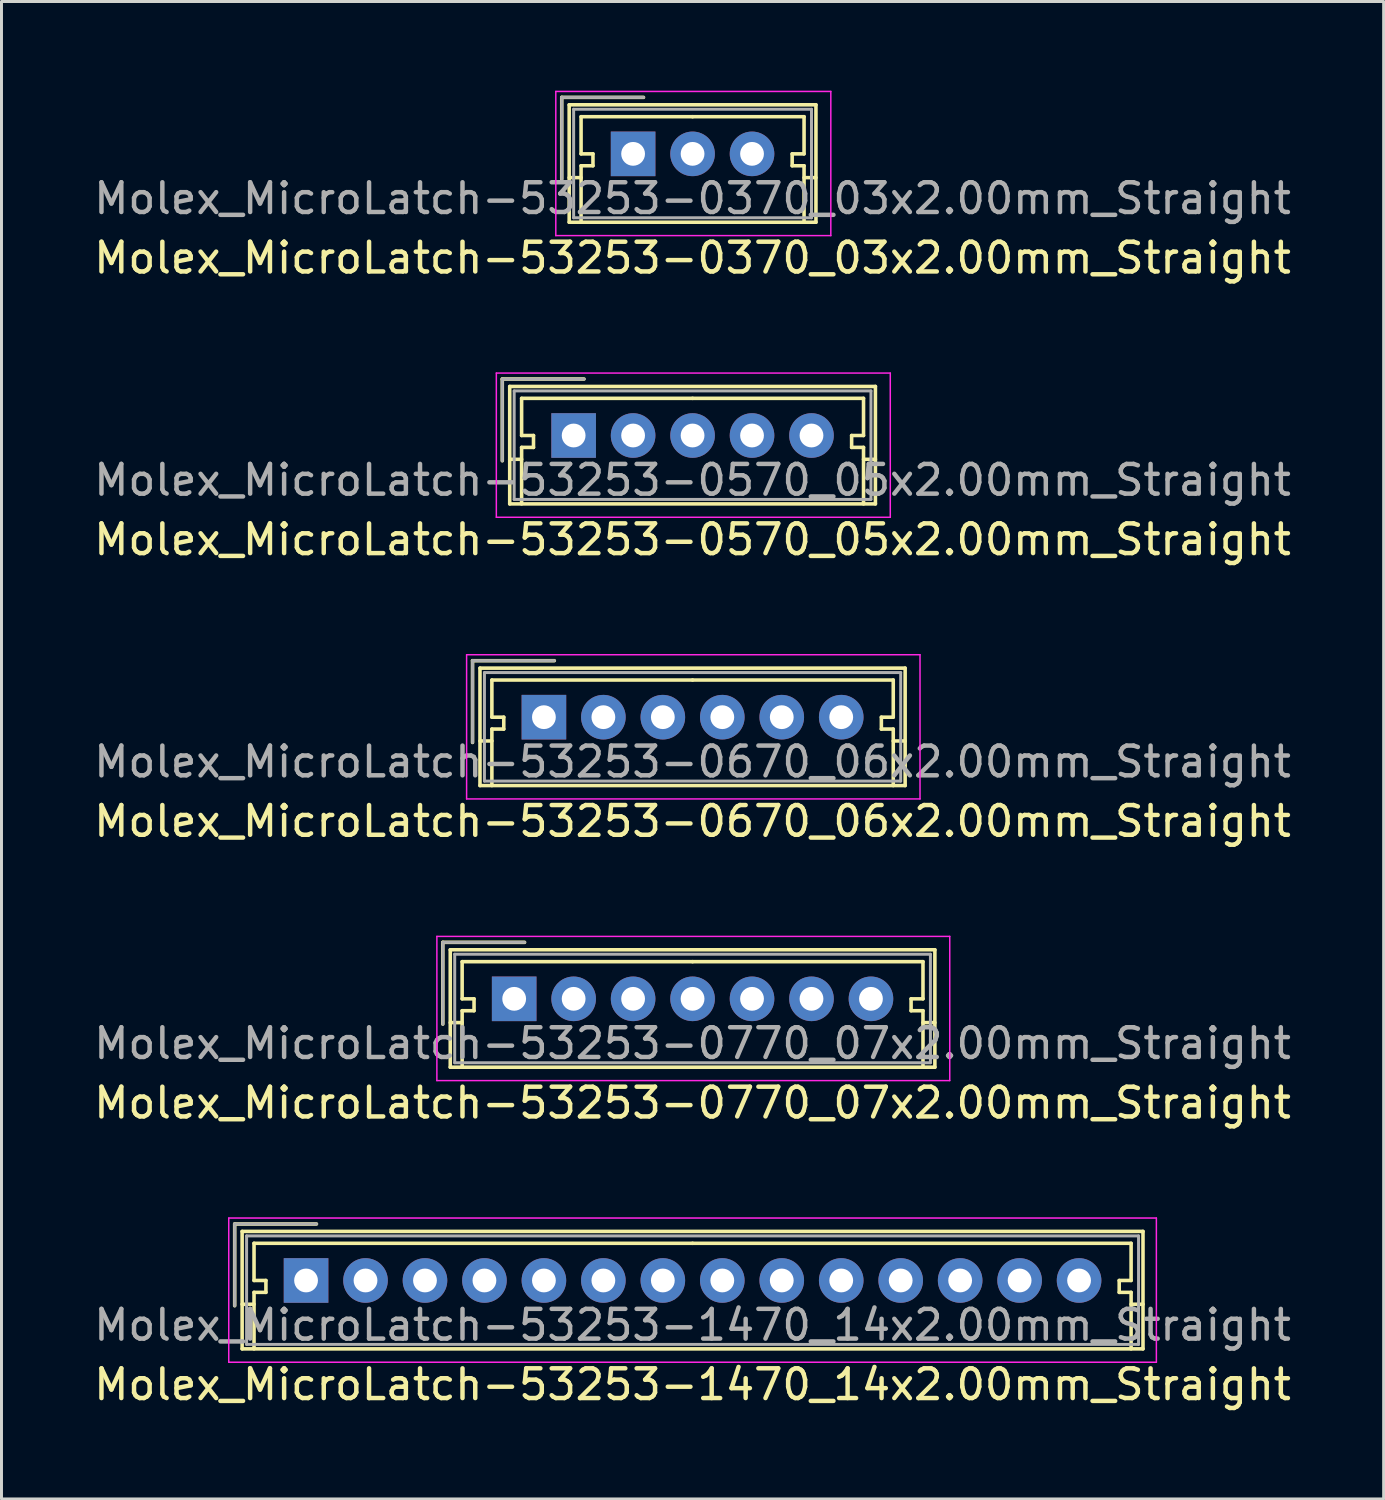
<source format=kicad_pcb>
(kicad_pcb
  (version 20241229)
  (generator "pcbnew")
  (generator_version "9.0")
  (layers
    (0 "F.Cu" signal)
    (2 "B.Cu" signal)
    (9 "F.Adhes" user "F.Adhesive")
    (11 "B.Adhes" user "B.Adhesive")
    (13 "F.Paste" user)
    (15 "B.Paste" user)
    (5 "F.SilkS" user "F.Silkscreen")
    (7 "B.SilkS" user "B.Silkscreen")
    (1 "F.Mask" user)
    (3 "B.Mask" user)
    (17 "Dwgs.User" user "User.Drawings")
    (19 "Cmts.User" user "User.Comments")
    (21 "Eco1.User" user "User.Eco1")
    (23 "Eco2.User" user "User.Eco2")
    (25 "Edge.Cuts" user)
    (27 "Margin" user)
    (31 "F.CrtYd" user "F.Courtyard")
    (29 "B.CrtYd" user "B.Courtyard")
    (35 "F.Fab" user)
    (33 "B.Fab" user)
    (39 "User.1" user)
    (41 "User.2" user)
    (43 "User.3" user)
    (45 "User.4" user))
  (footprint "Molex_MicroLatch-53253-0570_05x2.00mm_Straight"
    (layer "F.Cu")
    (at 16.244 11.598)
    (property "Reference" "Molex_MicroLatch-53253-0570_05x2.00mm_Straight" (at 4 3.5 0) (layer "F.SilkS") (effects (font (size 1 1) (thickness 0.15))))
    (attr through_hole)
    (fp_line (start -2.4 -1.9) (end -2.4 0.85) (stroke (width 0.12) (type solid)) (layer "F.SilkS"))
    (fp_line (start -2.15 -1.65) (end -2.15 2.3) (stroke (width 0.12) (type solid)) (layer "F.SilkS"))
    (fp_line (start -2.15 0.8) (end -1.75 0.8) (stroke (width 0.12) (type solid)) (layer "F.SilkS"))
    (fp_line (start -2.15 2.3) (end 10.15 2.3) (stroke (width 0.12) (type solid)) (layer "F.SilkS"))
    (fp_line (start -1.75 -1.25) (end -1.75 0) (stroke (width 0.12) (type solid)) (layer "F.SilkS"))
    (fp_line (start -1.75 0) (end -1.35 0) (stroke (width 0.12) (type solid)) (layer "F.SilkS"))
    (fp_line (start -1.75 0.4) (end -1.75 2.3) (stroke (width 0.12) (type solid)) (layer "F.SilkS"))
    (fp_line (start -1.35 0) (end -1.35 0.4) (stroke (width 0.12) (type solid)) (layer "F.SilkS"))
    (fp_line (start -1.35 0.4) (end -1.75 0.4) (stroke (width 0.12) (type solid)) (layer "F.SilkS"))
    (fp_line (start 0.35 -1.9) (end -2.4 -1.9) (stroke (width 0.12) (type solid)) (layer "F.SilkS"))
    (fp_line (start 4 -1.25) (end -1.75 -1.25) (stroke (width 0.12) (type solid)) (layer "F.SilkS"))
    (fp_line (start 4 -1.25) (end 9.75 -1.25) (stroke (width 0.12) (type solid)) (layer "F.SilkS"))
    (fp_line (start 9.35 0) (end 9.35 0.4) (stroke (width 0.12) (type solid)) (layer "F.SilkS"))
    (fp_line (start 9.35 0.4) (end 9.75 0.4) (stroke (width 0.12) (type solid)) (layer "F.SilkS"))
    (fp_line (start 9.75 -1.25) (end 9.75 0) (stroke (width 0.12) (type solid)) (layer "F.SilkS"))
    (fp_line (start 9.75 0) (end 9.35 0) (stroke (width 0.12) (type solid)) (layer "F.SilkS"))
    (fp_line (start 9.75 0.4) (end 9.75 2.3) (stroke (width 0.12) (type solid)) (layer "F.SilkS"))
    (fp_line (start 10.15 -1.65) (end -2.15 -1.65) (stroke (width 0.12) (type solid)) (layer "F.SilkS"))
    (fp_line (start 10.15 0.8) (end 9.75 0.8) (stroke (width 0.12) (type solid)) (layer "F.SilkS"))
    (fp_line (start 10.15 2.3) (end 10.15 -1.65) (stroke (width 0.12) (type solid)) (layer "F.SilkS"))
    (fp_line (start -2.6 -2.1) (end -2.6 2.75) (stroke (width 0.05) (type solid)) (layer "F.CrtYd"))
    (fp_line (start -2.6 2.75) (end 10.65 2.75) (stroke (width 0.05) (type solid)) (layer "F.CrtYd"))
    (fp_line (start 10.65 -2.1) (end -2.6 -2.1) (stroke (width 0.05) (type solid)) (layer "F.CrtYd"))
    (fp_line (start 10.65 2.75) (end 10.65 -2.1) (stroke (width 0.05) (type solid)) (layer "F.CrtYd"))
    (fp_line (start -2.4 -1.9) (end -2.4 0.85) (stroke (width 0.1) (type solid)) (layer "F.Fab"))
    (fp_line (start -2 -1.5) (end -2 2.15) (stroke (width 0.1) (type solid)) (layer "F.Fab"))
    (fp_line (start -2 2.15) (end 10 2.15) (stroke (width 0.1) (type solid)) (layer "F.Fab"))
    (fp_line (start 0.35 -1.9) (end -2.4 -1.9) (stroke (width 0.1) (type solid)) (layer "F.Fab"))
    (fp_line (start 10 -1.5) (end -2 -1.5) (stroke (width 0.1) (type solid)) (layer "F.Fab"))
    (fp_line (start 10 2.15) (end 10 -1.5) (stroke (width 0.1) (type solid)) (layer "F.Fab"))
    (fp_text user "${REFERENCE}" (at 4 1.5 0) (layer "F.Fab") (effects (font (size 1 1) (thickness 0.15))))
    (pad "1" thru_hole rect (at 0 0) (size 1.5 1.5) (drill 0.8) (layers "*.Cu" "*.Mask"))
    (pad "2" thru_hole circle (at 2 0) (size 1.5 1.5) (drill 0.8) (layers "*.Cu" "*.Mask"))
    (pad "3" thru_hole circle (at 4 0) (size 1.5 1.5) (drill 0.8) (layers "*.Cu" "*.Mask"))
    (pad "4" thru_hole circle (at 6 0) (size 1.5 1.5) (drill 0.8) (layers "*.Cu" "*.Mask"))
    (pad "5" thru_hole circle (at 8 0) (size 1.5 1.5) (drill 0.8) (layers "*.Cu" "*.Mask")))
  (footprint "Molex_MicroLatch-53253-0770_07x2.00mm_Straight"
    (layer "F.Cu")
    (at 14.244 30.545)
    (property "Reference" "Molex_MicroLatch-53253-0770_07x2.00mm_Straight" (at 6 3.5 0) (layer "F.SilkS") (effects (font (size 1 1) (thickness 0.15))))
    (attr through_hole)
    (fp_line (start -2.4 -1.9) (end -2.4 0.85) (stroke (width 0.12) (type solid)) (layer "F.SilkS"))
    (fp_line (start -2.15 -1.65) (end -2.15 2.3) (stroke (width 0.12) (type solid)) (layer "F.SilkS"))
    (fp_line (start -2.15 0.8) (end -1.75 0.8) (stroke (width 0.12) (type solid)) (layer "F.SilkS"))
    (fp_line (start -2.15 2.3) (end 14.15 2.3) (stroke (width 0.12) (type solid)) (layer "F.SilkS"))
    (fp_line (start -1.75 -1.25) (end -1.75 0) (stroke (width 0.12) (type solid)) (layer "F.SilkS"))
    (fp_line (start -1.75 0) (end -1.35 0) (stroke (width 0.12) (type solid)) (layer "F.SilkS"))
    (fp_line (start -1.75 0.4) (end -1.75 2.3) (stroke (width 0.12) (type solid)) (layer "F.SilkS"))
    (fp_line (start -1.35 0) (end -1.35 0.4) (stroke (width 0.12) (type solid)) (layer "F.SilkS"))
    (fp_line (start -1.35 0.4) (end -1.75 0.4) (stroke (width 0.12) (type solid)) (layer "F.SilkS"))
    (fp_line (start 0.35 -1.9) (end -2.4 -1.9) (stroke (width 0.12) (type solid)) (layer "F.SilkS"))
    (fp_line (start 6 -1.25) (end -1.75 -1.25) (stroke (width 0.12) (type solid)) (layer "F.SilkS"))
    (fp_line (start 6 -1.25) (end 13.75 -1.25) (stroke (width 0.12) (type solid)) (layer "F.SilkS"))
    (fp_line (start 13.35 0) (end 13.35 0.4) (stroke (width 0.12) (type solid)) (layer "F.SilkS"))
    (fp_line (start 13.35 0.4) (end 13.75 0.4) (stroke (width 0.12) (type solid)) (layer "F.SilkS"))
    (fp_line (start 13.75 -1.25) (end 13.75 0) (stroke (width 0.12) (type solid)) (layer "F.SilkS"))
    (fp_line (start 13.75 0) (end 13.35 0) (stroke (width 0.12) (type solid)) (layer "F.SilkS"))
    (fp_line (start 13.75 0.4) (end 13.75 2.3) (stroke (width 0.12) (type solid)) (layer "F.SilkS"))
    (fp_line (start 14.15 -1.65) (end -2.15 -1.65) (stroke (width 0.12) (type solid)) (layer "F.SilkS"))
    (fp_line (start 14.15 0.8) (end 13.75 0.8) (stroke (width 0.12) (type solid)) (layer "F.SilkS"))
    (fp_line (start 14.15 2.3) (end 14.15 -1.65) (stroke (width 0.12) (type solid)) (layer "F.SilkS"))
    (fp_line (start -2.6 -2.1) (end -2.6 2.75) (stroke (width 0.05) (type solid)) (layer "F.CrtYd"))
    (fp_line (start -2.6 2.75) (end 14.65 2.75) (stroke (width 0.05) (type solid)) (layer "F.CrtYd"))
    (fp_line (start 14.65 -2.1) (end -2.6 -2.1) (stroke (width 0.05) (type solid)) (layer "F.CrtYd"))
    (fp_line (start 14.65 2.75) (end 14.65 -2.1) (stroke (width 0.05) (type solid)) (layer "F.CrtYd"))
    (fp_line (start -2.4 -1.9) (end -2.4 0.85) (stroke (width 0.1) (type solid)) (layer "F.Fab"))
    (fp_line (start -2 -1.5) (end -2 2.15) (stroke (width 0.1) (type solid)) (layer "F.Fab"))
    (fp_line (start -2 2.15) (end 14 2.15) (stroke (width 0.1) (type solid)) (layer "F.Fab"))
    (fp_line (start 0.35 -1.9) (end -2.4 -1.9) (stroke (width 0.1) (type solid)) (layer "F.Fab"))
    (fp_line (start 14 -1.5) (end -2 -1.5) (stroke (width 0.1) (type solid)) (layer "F.Fab"))
    (fp_line (start 14 2.15) (end 14 -1.5) (stroke (width 0.1) (type solid)) (layer "F.Fab"))
    (fp_text user "${REFERENCE}" (at 6 1.5 0) (layer "F.Fab") (effects (font (size 1 1) (thickness 0.15))))
    (pad "1" thru_hole rect (at 0 0) (size 1.5 1.5) (drill 0.8) (layers "*.Cu" "*.Mask"))
    (pad "2" thru_hole circle (at 2 0) (size 1.5 1.5) (drill 0.8) (layers "*.Cu" "*.Mask"))
    (pad "3" thru_hole circle (at 4 0) (size 1.5 1.5) (drill 0.8) (layers "*.Cu" "*.Mask"))
    (pad "4" thru_hole circle (at 6 0) (size 1.5 1.5) (drill 0.8) (layers "*.Cu" "*.Mask"))
    (pad "5" thru_hole circle (at 8 0) (size 1.5 1.5) (drill 0.8) (layers "*.Cu" "*.Mask"))
    (pad "6" thru_hole circle (at 10 0) (size 1.5 1.5) (drill 0.8) (layers "*.Cu" "*.Mask"))
    (pad "7" thru_hole circle (at 12 0) (size 1.5 1.5) (drill 0.8) (layers "*.Cu" "*.Mask")))
  (footprint "Molex_MicroLatch-53253-0670_06x2.00mm_Straight"
    (layer "F.Cu")
    (at 15.244 21.072)
    (property "Reference" "Molex_MicroLatch-53253-0670_06x2.00mm_Straight" (at 5 3.5 0) (layer "F.SilkS") (effects (font (size 1 1) (thickness 0.15))))
    (attr through_hole)
    (fp_line (start -2.4 -1.9) (end -2.4 0.85) (stroke (width 0.12) (type solid)) (layer "F.SilkS"))
    (fp_line (start -2.15 -1.65) (end -2.15 2.3) (stroke (width 0.12) (type solid)) (layer "F.SilkS"))
    (fp_line (start -2.15 0.8) (end -1.75 0.8) (stroke (width 0.12) (type solid)) (layer "F.SilkS"))
    (fp_line (start -2.15 2.3) (end 12.15 2.3) (stroke (width 0.12) (type solid)) (layer "F.SilkS"))
    (fp_line (start -1.75 -1.25) (end -1.75 0) (stroke (width 0.12) (type solid)) (layer "F.SilkS"))
    (fp_line (start -1.75 0) (end -1.35 0) (stroke (width 0.12) (type solid)) (layer "F.SilkS"))
    (fp_line (start -1.75 0.4) (end -1.75 2.3) (stroke (width 0.12) (type solid)) (layer "F.SilkS"))
    (fp_line (start -1.35 0) (end -1.35 0.4) (stroke (width 0.12) (type solid)) (layer "F.SilkS"))
    (fp_line (start -1.35 0.4) (end -1.75 0.4) (stroke (width 0.12) (type solid)) (layer "F.SilkS"))
    (fp_line (start 0.35 -1.9) (end -2.4 -1.9) (stroke (width 0.12) (type solid)) (layer "F.SilkS"))
    (fp_line (start 5 -1.25) (end -1.75 -1.25) (stroke (width 0.12) (type solid)) (layer "F.SilkS"))
    (fp_line (start 5 -1.25) (end 11.75 -1.25) (stroke (width 0.12) (type solid)) (layer "F.SilkS"))
    (fp_line (start 11.35 0) (end 11.35 0.4) (stroke (width 0.12) (type solid)) (layer "F.SilkS"))
    (fp_line (start 11.35 0.4) (end 11.75 0.4) (stroke (width 0.12) (type solid)) (layer "F.SilkS"))
    (fp_line (start 11.75 -1.25) (end 11.75 0) (stroke (width 0.12) (type solid)) (layer "F.SilkS"))
    (fp_line (start 11.75 0) (end 11.35 0) (stroke (width 0.12) (type solid)) (layer "F.SilkS"))
    (fp_line (start 11.75 0.4) (end 11.75 2.3) (stroke (width 0.12) (type solid)) (layer "F.SilkS"))
    (fp_line (start 12.15 -1.65) (end -2.15 -1.65) (stroke (width 0.12) (type solid)) (layer "F.SilkS"))
    (fp_line (start 12.15 0.8) (end 11.75 0.8) (stroke (width 0.12) (type solid)) (layer "F.SilkS"))
    (fp_line (start 12.15 2.3) (end 12.15 -1.65) (stroke (width 0.12) (type solid)) (layer "F.SilkS"))
    (fp_line (start -2.6 -2.1) (end -2.6 2.75) (stroke (width 0.05) (type solid)) (layer "F.CrtYd"))
    (fp_line (start -2.6 2.75) (end 12.65 2.75) (stroke (width 0.05) (type solid)) (layer "F.CrtYd"))
    (fp_line (start 12.65 -2.1) (end -2.6 -2.1) (stroke (width 0.05) (type solid)) (layer "F.CrtYd"))
    (fp_line (start 12.65 2.75) (end 12.65 -2.1) (stroke (width 0.05) (type solid)) (layer "F.CrtYd"))
    (fp_line (start -2.4 -1.9) (end -2.4 0.85) (stroke (width 0.1) (type solid)) (layer "F.Fab"))
    (fp_line (start -2 -1.5) (end -2 2.15) (stroke (width 0.1) (type solid)) (layer "F.Fab"))
    (fp_line (start -2 2.15) (end 12 2.15) (stroke (width 0.1) (type solid)) (layer "F.Fab"))
    (fp_line (start 0.35 -1.9) (end -2.4 -1.9) (stroke (width 0.1) (type solid)) (layer "F.Fab"))
    (fp_line (start 12 -1.5) (end -2 -1.5) (stroke (width 0.1) (type solid)) (layer "F.Fab"))
    (fp_line (start 12 2.15) (end 12 -1.5) (stroke (width 0.1) (type solid)) (layer "F.Fab"))
    (fp_text user "${REFERENCE}" (at 5 1.5 0) (layer "F.Fab") (effects (font (size 1 1) (thickness 0.15))))
    (pad "1" thru_hole rect (at 0 0) (size 1.5 1.5) (drill 0.8) (layers "*.Cu" "*.Mask"))
    (pad "2" thru_hole circle (at 2 0) (size 1.5 1.5) (drill 0.8) (layers "*.Cu" "*.Mask"))
    (pad "3" thru_hole circle (at 4 0) (size 1.5 1.5) (drill 0.8) (layers "*.Cu" "*.Mask"))
    (pad "4" thru_hole circle (at 6 0) (size 1.5 1.5) (drill 0.8) (layers "*.Cu" "*.Mask"))
    (pad "5" thru_hole circle (at 8 0) (size 1.5 1.5) (drill 0.8) (layers "*.Cu" "*.Mask"))
    (pad "6" thru_hole circle (at 10 0) (size 1.5 1.5) (drill 0.8) (layers "*.Cu" "*.Mask")))
  (footprint "Molex_MicroLatch-53253-0370_03x2.00mm_Straight"
    (layer "F.Cu")
    (at 18.244 2.125)
    (property "Reference" "Molex_MicroLatch-53253-0370_03x2.00mm_Straight" (at 2 3.5 0) (layer "F.SilkS") (effects (font (size 1 1) (thickness 0.15))))
    (attr through_hole)
    (fp_line (start -2.4 -1.9) (end -2.4 0.85) (stroke (width 0.12) (type solid)) (layer "F.SilkS"))
    (fp_line (start -2.15 -1.65) (end -2.15 2.3) (stroke (width 0.12) (type solid)) (layer "F.SilkS"))
    (fp_line (start -2.15 0.8) (end -1.75 0.8) (stroke (width 0.12) (type solid)) (layer "F.SilkS"))
    (fp_line (start -2.15 2.3) (end 6.15 2.3) (stroke (width 0.12) (type solid)) (layer "F.SilkS"))
    (fp_line (start -1.75 -1.25) (end -1.75 0) (stroke (width 0.12) (type solid)) (layer "F.SilkS"))
    (fp_line (start -1.75 0) (end -1.35 0) (stroke (width 0.12) (type solid)) (layer "F.SilkS"))
    (fp_line (start -1.75 0.4) (end -1.75 2.3) (stroke (width 0.12) (type solid)) (layer "F.SilkS"))
    (fp_line (start -1.35 0) (end -1.35 0.4) (stroke (width 0.12) (type solid)) (layer "F.SilkS"))
    (fp_line (start -1.35 0.4) (end -1.75 0.4) (stroke (width 0.12) (type solid)) (layer "F.SilkS"))
    (fp_line (start 0.35 -1.9) (end -2.4 -1.9) (stroke (width 0.12) (type solid)) (layer "F.SilkS"))
    (fp_line (start 2 -1.25) (end -1.75 -1.25) (stroke (width 0.12) (type solid)) (layer "F.SilkS"))
    (fp_line (start 2 -1.25) (end 5.75 -1.25) (stroke (width 0.12) (type solid)) (layer "F.SilkS"))
    (fp_line (start 5.35 0) (end 5.35 0.4) (stroke (width 0.12) (type solid)) (layer "F.SilkS"))
    (fp_line (start 5.35 0.4) (end 5.75 0.4) (stroke (width 0.12) (type solid)) (layer "F.SilkS"))
    (fp_line (start 5.75 -1.25) (end 5.75 0) (stroke (width 0.12) (type solid)) (layer "F.SilkS"))
    (fp_line (start 5.75 0) (end 5.35 0) (stroke (width 0.12) (type solid)) (layer "F.SilkS"))
    (fp_line (start 5.75 0.4) (end 5.75 2.3) (stroke (width 0.12) (type solid)) (layer "F.SilkS"))
    (fp_line (start 6.15 -1.65) (end -2.15 -1.65) (stroke (width 0.12) (type solid)) (layer "F.SilkS"))
    (fp_line (start 6.15 0.8) (end 5.75 0.8) (stroke (width 0.12) (type solid)) (layer "F.SilkS"))
    (fp_line (start 6.15 2.3) (end 6.15 -1.65) (stroke (width 0.12) (type solid)) (layer "F.SilkS"))
    (fp_line (start -2.6 -2.1) (end -2.6 2.75) (stroke (width 0.05) (type solid)) (layer "F.CrtYd"))
    (fp_line (start -2.6 2.75) (end 6.65 2.75) (stroke (width 0.05) (type solid)) (layer "F.CrtYd"))
    (fp_line (start 6.65 -2.1) (end -2.6 -2.1) (stroke (width 0.05) (type solid)) (layer "F.CrtYd"))
    (fp_line (start 6.65 2.75) (end 6.65 -2.1) (stroke (width 0.05) (type solid)) (layer "F.CrtYd"))
    (fp_line (start -2.4 -1.9) (end -2.4 0.85) (stroke (width 0.1) (type solid)) (layer "F.Fab"))
    (fp_line (start -2 -1.5) (end -2 2.15) (stroke (width 0.1) (type solid)) (layer "F.Fab"))
    (fp_line (start -2 2.15) (end 6 2.15) (stroke (width 0.1) (type solid)) (layer "F.Fab"))
    (fp_line (start 0.35 -1.9) (end -2.4 -1.9) (stroke (width 0.1) (type solid)) (layer "F.Fab"))
    (fp_line (start 6 -1.5) (end -2 -1.5) (stroke (width 0.1) (type solid)) (layer "F.Fab"))
    (fp_line (start 6 2.15) (end 6 -1.5) (stroke (width 0.1) (type solid)) (layer "F.Fab"))
    (fp_text user "${REFERENCE}" (at 2 1.5 0) (layer "F.Fab") (effects (font (size 1 1) (thickness 0.15))))
    (pad "1" thru_hole rect (at 0 0) (size 1.5 1.5) (drill 0.8) (layers "*.Cu" "*.Mask"))
    (pad "2" thru_hole circle (at 2 0) (size 1.5 1.5) (drill 0.8) (layers "*.Cu" "*.Mask"))
    (pad "3" thru_hole circle (at 4 0) (size 1.5 1.5) (drill 0.8) (layers "*.Cu" "*.Mask")))
  (footprint "Molex_MicroLatch-53253-1470_14x2.00mm_Straight"
    (layer "F.Cu")
    (at 7.244 40.018)
    (property "Reference" "Molex_MicroLatch-53253-1470_14x2.00mm_Straight" (at 13 3.5 0) (layer "F.SilkS") (effects (font (size 1 1) (thickness 0.15))))
    (attr through_hole)
    (fp_line (start -2.4 -1.9) (end -2.4 0.85) (stroke (width 0.12) (type solid)) (layer "F.SilkS"))
    (fp_line (start -2.15 -1.65) (end -2.15 2.3) (stroke (width 0.12) (type solid)) (layer "F.SilkS"))
    (fp_line (start -2.15 0.8) (end -1.75 0.8) (stroke (width 0.12) (type solid)) (layer "F.SilkS"))
    (fp_line (start -2.15 2.3) (end 28.15 2.3) (stroke (width 0.12) (type solid)) (layer "F.SilkS"))
    (fp_line (start -1.75 -1.25) (end -1.75 0) (stroke (width 0.12) (type solid)) (layer "F.SilkS"))
    (fp_line (start -1.75 0) (end -1.35 0) (stroke (width 0.12) (type solid)) (layer "F.SilkS"))
    (fp_line (start -1.75 0.4) (end -1.75 2.3) (stroke (width 0.12) (type solid)) (layer "F.SilkS"))
    (fp_line (start -1.35 0) (end -1.35 0.4) (stroke (width 0.12) (type solid)) (layer "F.SilkS"))
    (fp_line (start -1.35 0.4) (end -1.75 0.4) (stroke (width 0.12) (type solid)) (layer "F.SilkS"))
    (fp_line (start 0.35 -1.9) (end -2.4 -1.9) (stroke (width 0.12) (type solid)) (layer "F.SilkS"))
    (fp_line (start 13 -1.25) (end -1.75 -1.25) (stroke (width 0.12) (type solid)) (layer "F.SilkS"))
    (fp_line (start 13 -1.25) (end 27.75 -1.25) (stroke (width 0.12) (type solid)) (layer "F.SilkS"))
    (fp_line (start 27.35 0) (end 27.35 0.4) (stroke (width 0.12) (type solid)) (layer "F.SilkS"))
    (fp_line (start 27.35 0.4) (end 27.75 0.4) (stroke (width 0.12) (type solid)) (layer "F.SilkS"))
    (fp_line (start 27.75 -1.25) (end 27.75 0) (stroke (width 0.12) (type solid)) (layer "F.SilkS"))
    (fp_line (start 27.75 0) (end 27.35 0) (stroke (width 0.12) (type solid)) (layer "F.SilkS"))
    (fp_line (start 27.75 0.4) (end 27.75 2.3) (stroke (width 0.12) (type solid)) (layer "F.SilkS"))
    (fp_line (start 28.15 -1.65) (end -2.15 -1.65) (stroke (width 0.12) (type solid)) (layer "F.SilkS"))
    (fp_line (start 28.15 0.8) (end 27.75 0.8) (stroke (width 0.12) (type solid)) (layer "F.SilkS"))
    (fp_line (start 28.15 2.3) (end 28.15 -1.65) (stroke (width 0.12) (type solid)) (layer "F.SilkS"))
    (fp_line (start -2.6 -2.1) (end -2.6 2.75) (stroke (width 0.05) (type solid)) (layer "F.CrtYd"))
    (fp_line (start -2.6 2.75) (end 28.6 2.75) (stroke (width 0.05) (type solid)) (layer "F.CrtYd"))
    (fp_line (start 28.6 -2.1) (end -2.6 -2.1) (stroke (width 0.05) (type solid)) (layer "F.CrtYd"))
    (fp_line (start 28.6 2.75) (end 28.6 -2.1) (stroke (width 0.05) (type solid)) (layer "F.CrtYd"))
    (fp_line (start -2.4 -1.9) (end -2.4 0.85) (stroke (width 0.1) (type solid)) (layer "F.Fab"))
    (fp_line (start -2 -1.5) (end -2 2.15) (stroke (width 0.1) (type solid)) (layer "F.Fab"))
    (fp_line (start -2 2.15) (end 28 2.15) (stroke (width 0.1) (type solid)) (layer "F.Fab"))
    (fp_line (start 0.35 -1.9) (end -2.4 -1.9) (stroke (width 0.1) (type solid)) (layer "F.Fab"))
    (fp_line (start 28 -1.5) (end -2 -1.5) (stroke (width 0.1) (type solid)) (layer "F.Fab"))
    (fp_line (start 28 2.15) (end 28 -1.5) (stroke (width 0.1) (type solid)) (layer "F.Fab"))
    (fp_text user "${REFERENCE}" (at 13 1.5 0) (layer "F.Fab") (effects (font (size 1 1) (thickness 0.15))))
    (pad "1" thru_hole rect (at 0 0) (size 1.5 1.5) (drill 0.8) (layers "*.Cu" "*.Mask"))
    (pad "2" thru_hole circle (at 2 0) (size 1.5 1.5) (drill 0.8) (layers "*.Cu" "*.Mask"))
    (pad "3" thru_hole circle (at 4 0) (size 1.5 1.5) (drill 0.8) (layers "*.Cu" "*.Mask"))
    (pad "4" thru_hole circle (at 6 0) (size 1.5 1.5) (drill 0.8) (layers "*.Cu" "*.Mask"))
    (pad "5" thru_hole circle (at 8 0) (size 1.5 1.5) (drill 0.8) (layers "*.Cu" "*.Mask"))
    (pad "6" thru_hole circle (at 10 0) (size 1.5 1.5) (drill 0.8) (layers "*.Cu" "*.Mask"))
    (pad "7" thru_hole circle (at 12 0) (size 1.5 1.5) (drill 0.8) (layers "*.Cu" "*.Mask"))
    (pad "8" thru_hole circle (at 14 0) (size 1.5 1.5) (drill 0.8) (layers "*.Cu" "*.Mask"))
    (pad "9" thru_hole circle (at 16 0) (size 1.5 1.5) (drill 0.8) (layers "*.Cu" "*.Mask"))
    (pad "10" thru_hole circle (at 18 0) (size 1.5 1.5) (drill 0.8) (layers "*.Cu" "*.Mask"))
    (pad "11" thru_hole circle (at 20 0) (size 1.5 1.5) (drill 0.8) (layers "*.Cu" "*.Mask"))
    (pad "12" thru_hole circle (at 22 0) (size 1.5 1.5) (drill 0.8) (layers "*.Cu" "*.Mask"))
    (pad "13" thru_hole circle (at 24 0) (size 1.5 1.5) (drill 0.8) (layers "*.Cu" "*.Mask"))
    (pad "14" thru_hole circle (at 26 0) (size 1.5 1.5) (drill 0.8) (layers "*.Cu" "*.Mask")))
  (gr_rect
    (start -3 -3)
    (end 43.488 47.366)
    (stroke (width 0.1) (type default))
    (fill no)
    (layer "Edge.Cuts")))
</source>
